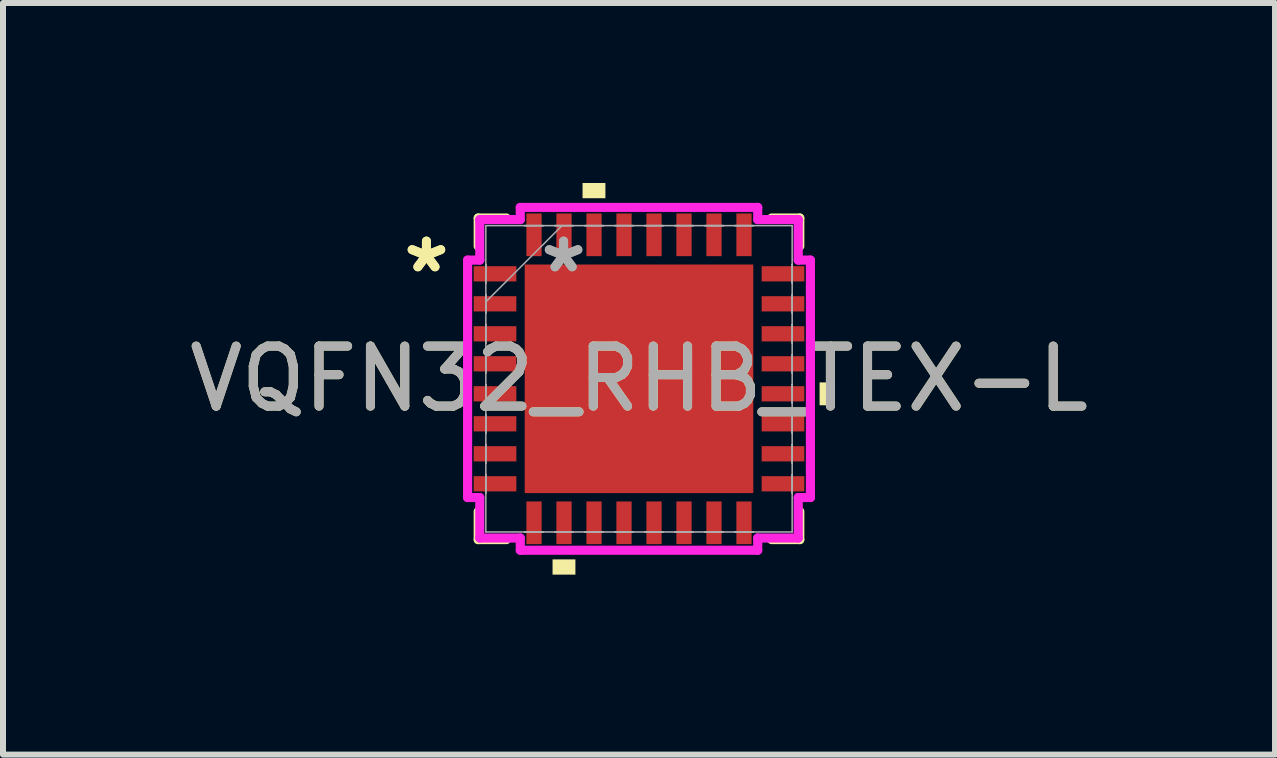
<source format=kicad_pcb>
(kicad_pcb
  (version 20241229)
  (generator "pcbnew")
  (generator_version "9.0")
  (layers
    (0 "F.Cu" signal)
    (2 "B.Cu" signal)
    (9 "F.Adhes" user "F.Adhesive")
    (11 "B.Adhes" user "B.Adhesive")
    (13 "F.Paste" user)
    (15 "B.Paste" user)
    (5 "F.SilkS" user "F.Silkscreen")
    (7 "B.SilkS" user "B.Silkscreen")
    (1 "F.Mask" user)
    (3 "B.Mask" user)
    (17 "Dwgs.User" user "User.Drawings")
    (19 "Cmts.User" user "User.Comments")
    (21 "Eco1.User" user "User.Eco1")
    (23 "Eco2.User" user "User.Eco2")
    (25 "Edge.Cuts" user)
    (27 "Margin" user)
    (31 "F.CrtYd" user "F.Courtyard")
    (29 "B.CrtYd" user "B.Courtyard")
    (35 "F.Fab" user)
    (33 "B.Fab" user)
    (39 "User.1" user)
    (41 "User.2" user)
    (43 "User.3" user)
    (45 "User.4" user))
  (footprint "VQFN32_RHB_TEX-L"
    (layer "F.Cu")
    (at 7.601 3.264)
    (property "Reference" "VQFN32_RHB_TEX-L" (at 0 0 0) (unlocked yes) (layer "F.SilkS") (effects (font (size 1 1) (thickness 0.15))))
    (attr smd)
    (fp_line (start -2.68 -2.68) (end -2.68 -2.21) (stroke (width 0.152) (type solid)) (layer "F.SilkS"))
    (fp_line (start -2.68 2.21) (end -2.68 2.68) (stroke (width 0.152) (type solid)) (layer "F.SilkS"))
    (fp_line (start -2.68 2.68) (end -2.21 2.68) (stroke (width 0.152) (type solid)) (layer "F.SilkS"))
    (fp_line (start -2.21 -2.68) (end -2.68 -2.68) (stroke (width 0.152) (type solid)) (layer "F.SilkS"))
    (fp_line (start 2.21 2.68) (end 2.68 2.68) (stroke (width 0.152) (type solid)) (layer "F.SilkS"))
    (fp_line (start 2.68 -2.68) (end 2.21 -2.68) (stroke (width 0.152) (type solid)) (layer "F.SilkS"))
    (fp_line (start 2.68 -2.21) (end 2.68 -2.68) (stroke (width 0.152) (type solid)) (layer "F.SilkS"))
    (fp_line (start 2.68 2.68) (end 2.68 2.21) (stroke (width 0.152) (type solid)) (layer "F.SilkS"))
    (fp_poly (pts (xy -1.441 3.01) (xy -1.441 3.264) (xy -1.06 3.264) (xy -1.06 3.01)) (stroke (width 0) (type solid)) (fill yes) (layer "F.SilkS"))
    (fp_poly (pts (xy -0.941 -3.01) (xy -0.941 -3.264) (xy -0.56 -3.264) (xy -0.56 -3.01)) (stroke (width 0) (type solid)) (fill yes) (layer "F.SilkS"))
    (fp_poly (pts (xy 3.264 0.06) (xy 3.264 0.441) (xy 3.01 0.441) (xy 3.01 0.06)) (stroke (width 0) (type solid)) (fill yes) (layer "F.SilkS"))
    (fp_line (start -2.857 -1.979) (end -2.654 -1.979) (stroke (width 0.152) (type solid)) (layer "F.CrtYd"))
    (fp_line (start -2.857 1.979) (end -2.857 -1.979) (stroke (width 0.152) (type solid)) (layer "F.CrtYd"))
    (fp_line (start -2.654 -2.654) (end -1.979 -2.654) (stroke (width 0.152) (type solid)) (layer "F.CrtYd"))
    (fp_line (start -2.654 -1.979) (end -2.654 -2.654) (stroke (width 0.152) (type solid)) (layer "F.CrtYd"))
    (fp_line (start -2.654 1.979) (end -2.857 1.979) (stroke (width 0.152) (type solid)) (layer "F.CrtYd"))
    (fp_line (start -2.654 2.654) (end -2.654 1.979) (stroke (width 0.152) (type solid)) (layer "F.CrtYd"))
    (fp_line (start -1.979 -2.857) (end 1.979 -2.857) (stroke (width 0.152) (type solid)) (layer "F.CrtYd"))
    (fp_line (start -1.979 -2.654) (end -1.979 -2.857) (stroke (width 0.152) (type solid)) (layer "F.CrtYd"))
    (fp_line (start -1.979 2.654) (end -2.654 2.654) (stroke (width 0.152) (type solid)) (layer "F.CrtYd"))
    (fp_line (start -1.979 2.857) (end -1.979 2.654) (stroke (width 0.152) (type solid)) (layer "F.CrtYd"))
    (fp_line (start 1.979 -2.857) (end 1.979 -2.654) (stroke (width 0.152) (type solid)) (layer "F.CrtYd"))
    (fp_line (start 1.979 -2.654) (end 2.654 -2.654) (stroke (width 0.152) (type solid)) (layer "F.CrtYd"))
    (fp_line (start 1.979 2.654) (end 1.979 2.857) (stroke (width 0.152) (type solid)) (layer "F.CrtYd"))
    (fp_line (start 1.979 2.857) (end -1.979 2.857) (stroke (width 0.152) (type solid)) (layer "F.CrtYd"))
    (fp_line (start 2.654 -2.654) (end 2.654 -1.979) (stroke (width 0.152) (type solid)) (layer "F.CrtYd"))
    (fp_line (start 2.654 -1.979) (end 2.857 -1.979) (stroke (width 0.152) (type solid)) (layer "F.CrtYd"))
    (fp_line (start 2.654 1.979) (end 2.654 2.654) (stroke (width 0.152) (type solid)) (layer "F.CrtYd"))
    (fp_line (start 2.654 2.654) (end 1.979 2.654) (stroke (width 0.152) (type solid)) (layer "F.CrtYd"))
    (fp_line (start 2.857 -1.979) (end 2.857 1.979) (stroke (width 0.152) (type solid)) (layer "F.CrtYd"))
    (fp_line (start 2.857 1.979) (end 2.654 1.979) (stroke (width 0.152) (type solid)) (layer "F.CrtYd"))
    (fp_line (start -2.553 -2.553) (end -2.553 2.553) (stroke (width 0.025) (type solid)) (layer "F.Fab"))
    (fp_line (start -2.553 -1.903) (end -2.553 -1.903) (stroke (width 0.025) (type solid)) (layer "F.Fab"))
    (fp_line (start -2.553 -1.903) (end -2.553 -1.598) (stroke (width 0.025) (type solid)) (layer "F.Fab"))
    (fp_line (start -2.553 -1.598) (end -2.553 -1.903) (stroke (width 0.025) (type solid)) (layer "F.Fab"))
    (fp_line (start -2.553 -1.598) (end -2.553 -1.598) (stroke (width 0.025) (type solid)) (layer "F.Fab"))
    (fp_line (start -2.553 -1.403) (end -2.553 -1.403) (stroke (width 0.025) (type solid)) (layer "F.Fab"))
    (fp_line (start -2.553 -1.403) (end -2.553 -1.098) (stroke (width 0.025) (type solid)) (layer "F.Fab"))
    (fp_line (start -2.553 -1.283) (end -1.283 -2.553) (stroke (width 0.025) (type solid)) (layer "F.Fab"))
    (fp_line (start -2.553 -1.098) (end -2.553 -1.403) (stroke (width 0.025) (type solid)) (layer "F.Fab"))
    (fp_line (start -2.553 -1.098) (end -2.553 -1.098) (stroke (width 0.025) (type solid)) (layer "F.Fab"))
    (fp_line (start -2.553 -0.903) (end -2.553 -0.903) (stroke (width 0.025) (type solid)) (layer "F.Fab"))
    (fp_line (start -2.553 -0.903) (end -2.553 -0.598) (stroke (width 0.025) (type solid)) (layer "F.Fab"))
    (fp_line (start -2.553 -0.598) (end -2.553 -0.903) (stroke (width 0.025) (type solid)) (layer "F.Fab"))
    (fp_line (start -2.553 -0.598) (end -2.553 -0.598) (stroke (width 0.025) (type solid)) (layer "F.Fab"))
    (fp_line (start -2.553 -0.402) (end -2.553 -0.402) (stroke (width 0.025) (type solid)) (layer "F.Fab"))
    (fp_line (start -2.553 -0.402) (end -2.553 -0.098) (stroke (width 0.025) (type solid)) (layer "F.Fab"))
    (fp_line (start -2.553 -0.098) (end -2.553 -0.402) (stroke (width 0.025) (type solid)) (layer "F.Fab"))
    (fp_line (start -2.553 -0.098) (end -2.553 -0.098) (stroke (width 0.025) (type solid)) (layer "F.Fab"))
    (fp_line (start -2.553 0.098) (end -2.553 0.098) (stroke (width 0.025) (type solid)) (layer "F.Fab"))
    (fp_line (start -2.553 0.098) (end -2.553 0.402) (stroke (width 0.025) (type solid)) (layer "F.Fab"))
    (fp_line (start -2.553 0.402) (end -2.553 0.098) (stroke (width 0.025) (type solid)) (layer "F.Fab"))
    (fp_line (start -2.553 0.402) (end -2.553 0.402) (stroke (width 0.025) (type solid)) (layer "F.Fab"))
    (fp_line (start -2.553 0.598) (end -2.553 0.598) (stroke (width 0.025) (type solid)) (layer "F.Fab"))
    (fp_line (start -2.553 0.598) (end -2.553 0.903) (stroke (width 0.025) (type solid)) (layer "F.Fab"))
    (fp_line (start -2.553 0.903) (end -2.553 0.598) (stroke (width 0.025) (type solid)) (layer "F.Fab"))
    (fp_line (start -2.553 0.903) (end -2.553 0.903) (stroke (width 0.025) (type solid)) (layer "F.Fab"))
    (fp_line (start -2.553 1.098) (end -2.553 1.098) (stroke (width 0.025) (type solid)) (layer "F.Fab"))
    (fp_line (start -2.553 1.098) (end -2.553 1.403) (stroke (width 0.025) (type solid)) (layer "F.Fab"))
    (fp_line (start -2.553 1.403) (end -2.553 1.098) (stroke (width 0.025) (type solid)) (layer "F.Fab"))
    (fp_line (start -2.553 1.403) (end -2.553 1.403) (stroke (width 0.025) (type solid)) (layer "F.Fab"))
    (fp_line (start -2.553 1.598) (end -2.553 1.598) (stroke (width 0.025) (type solid)) (layer "F.Fab"))
    (fp_line (start -2.553 1.598) (end -2.553 1.903) (stroke (width 0.025) (type solid)) (layer "F.Fab"))
    (fp_line (start -2.553 1.903) (end -2.553 1.598) (stroke (width 0.025) (type solid)) (layer "F.Fab"))
    (fp_line (start -2.553 1.903) (end -2.553 1.903) (stroke (width 0.025) (type solid)) (layer "F.Fab"))
    (fp_line (start -2.553 2.553) (end 2.553 2.553) (stroke (width 0.025) (type solid)) (layer "F.Fab"))
    (fp_line (start -1.903 -2.553) (end -1.903 -2.553) (stroke (width 0.025) (type solid)) (layer "F.Fab"))
    (fp_line (start -1.903 -2.553) (end -1.598 -2.553) (stroke (width 0.025) (type solid)) (layer "F.Fab"))
    (fp_line (start -1.903 2.553) (end -1.903 2.553) (stroke (width 0.025) (type solid)) (layer "F.Fab"))
    (fp_line (start -1.903 2.553) (end -1.598 2.553) (stroke (width 0.025) (type solid)) (layer "F.Fab"))
    (fp_line (start -1.598 -2.553) (end -1.903 -2.553) (stroke (width 0.025) (type solid)) (layer "F.Fab"))
    (fp_line (start -1.598 -2.553) (end -1.598 -2.553) (stroke (width 0.025) (type solid)) (layer "F.Fab"))
    (fp_line (start -1.598 2.553) (end -1.903 2.553) (stroke (width 0.025) (type solid)) (layer "F.Fab"))
    (fp_line (start -1.598 2.553) (end -1.598 2.553) (stroke (width 0.025) (type solid)) (layer "F.Fab"))
    (fp_line (start -1.403 -2.553) (end -1.403 -2.553) (stroke (width 0.025) (type solid)) (layer "F.Fab"))
    (fp_line (start -1.403 -2.553) (end -1.098 -2.553) (stroke (width 0.025) (type solid)) (layer "F.Fab"))
    (fp_line (start -1.403 2.553) (end -1.403 2.553) (stroke (width 0.025) (type solid)) (layer "F.Fab"))
    (fp_line (start -1.403 2.553) (end -1.098 2.553) (stroke (width 0.025) (type solid)) (layer "F.Fab"))
    (fp_line (start -1.098 -2.553) (end -1.403 -2.553) (stroke (width 0.025) (type solid)) (layer "F.Fab"))
    (fp_line (start -1.098 -2.553) (end -1.098 -2.553) (stroke (width 0.025) (type solid)) (layer "F.Fab"))
    (fp_line (start -1.098 2.553) (end -1.403 2.553) (stroke (width 0.025) (type solid)) (layer "F.Fab"))
    (fp_line (start -1.098 2.553) (end -1.098 2.553) (stroke (width 0.025) (type solid)) (layer "F.Fab"))
    (fp_line (start -0.903 -2.553) (end -0.903 -2.553) (stroke (width 0.025) (type solid)) (layer "F.Fab"))
    (fp_line (start -0.903 -2.553) (end -0.598 -2.553) (stroke (width 0.025) (type solid)) (layer "F.Fab"))
    (fp_line (start -0.903 2.553) (end -0.903 2.553) (stroke (width 0.025) (type solid)) (layer "F.Fab"))
    (fp_line (start -0.903 2.553) (end -0.598 2.553) (stroke (width 0.025) (type solid)) (layer "F.Fab"))
    (fp_line (start -0.598 -2.553) (end -0.903 -2.553) (stroke (width 0.025) (type solid)) (layer "F.Fab"))
    (fp_line (start -0.598 -2.553) (end -0.598 -2.553) (stroke (width 0.025) (type solid)) (layer "F.Fab"))
    (fp_line (start -0.598 2.553) (end -0.903 2.553) (stroke (width 0.025) (type solid)) (layer "F.Fab"))
    (fp_line (start -0.598 2.553) (end -0.598 2.553) (stroke (width 0.025) (type solid)) (layer "F.Fab"))
    (fp_line (start -0.402 -2.553) (end -0.402 -2.553) (stroke (width 0.025) (type solid)) (layer "F.Fab"))
    (fp_line (start -0.402 -2.553) (end -0.098 -2.553) (stroke (width 0.025) (type solid)) (layer "F.Fab"))
    (fp_line (start -0.402 2.553) (end -0.402 2.553) (stroke (width 0.025) (type solid)) (layer "F.Fab"))
    (fp_line (start -0.402 2.553) (end -0.098 2.553) (stroke (width 0.025) (type solid)) (layer "F.Fab"))
    (fp_line (start -0.098 -2.553) (end -0.402 -2.553) (stroke (width 0.025) (type solid)) (layer "F.Fab"))
    (fp_line (start -0.098 -2.553) (end -0.098 -2.553) (stroke (width 0.025) (type solid)) (layer "F.Fab"))
    (fp_line (start -0.098 2.553) (end -0.402 2.553) (stroke (width 0.025) (type solid)) (layer "F.Fab"))
    (fp_line (start -0.098 2.553) (end -0.098 2.553) (stroke (width 0.025) (type solid)) (layer "F.Fab"))
    (fp_line (start 0.098 -2.553) (end 0.098 -2.553) (stroke (width 0.025) (type solid)) (layer "F.Fab"))
    (fp_line (start 0.098 -2.553) (end 0.402 -2.553) (stroke (width 0.025) (type solid)) (layer "F.Fab"))
    (fp_line (start 0.098 2.553) (end 0.098 2.553) (stroke (width 0.025) (type solid)) (layer "F.Fab"))
    (fp_line (start 0.098 2.553) (end 0.402 2.553) (stroke (width 0.025) (type solid)) (layer "F.Fab"))
    (fp_line (start 0.402 -2.553) (end 0.098 -2.553) (stroke (width 0.025) (type solid)) (layer "F.Fab"))
    (fp_line (start 0.402 -2.553) (end 0.402 -2.553) (stroke (width 0.025) (type solid)) (layer "F.Fab"))
    (fp_line (start 0.402 2.553) (end 0.098 2.553) (stroke (width 0.025) (type solid)) (layer "F.Fab"))
    (fp_line (start 0.402 2.553) (end 0.402 2.553) (stroke (width 0.025) (type solid)) (layer "F.Fab"))
    (fp_line (start 0.598 -2.553) (end 0.598 -2.553) (stroke (width 0.025) (type solid)) (layer "F.Fab"))
    (fp_line (start 0.598 -2.553) (end 0.903 -2.553) (stroke (width 0.025) (type solid)) (layer "F.Fab"))
    (fp_line (start 0.598 2.553) (end 0.598 2.553) (stroke (width 0.025) (type solid)) (layer "F.Fab"))
    (fp_line (start 0.598 2.553) (end 0.903 2.553) (stroke (width 0.025) (type solid)) (layer "F.Fab"))
    (fp_line (start 0.903 -2.553) (end 0.598 -2.553) (stroke (width 0.025) (type solid)) (layer "F.Fab"))
    (fp_line (start 0.903 -2.553) (end 0.903 -2.553) (stroke (width 0.025) (type solid)) (layer "F.Fab"))
    (fp_line (start 0.903 2.553) (end 0.598 2.553) (stroke (width 0.025) (type solid)) (layer "F.Fab"))
    (fp_line (start 0.903 2.553) (end 0.903 2.553) (stroke (width 0.025) (type solid)) (layer "F.Fab"))
    (fp_line (start 1.098 -2.553) (end 1.098 -2.553) (stroke (width 0.025) (type solid)) (layer "F.Fab"))
    (fp_line (start 1.098 -2.553) (end 1.403 -2.553) (stroke (width 0.025) (type solid)) (layer "F.Fab"))
    (fp_line (start 1.098 2.553) (end 1.098 2.553) (stroke (width 0.025) (type solid)) (layer "F.Fab"))
    (fp_line (start 1.098 2.553) (end 1.403 2.553) (stroke (width 0.025) (type solid)) (layer "F.Fab"))
    (fp_line (start 1.403 -2.553) (end 1.098 -2.553) (stroke (width 0.025) (type solid)) (layer "F.Fab"))
    (fp_line (start 1.403 -2.553) (end 1.403 -2.553) (stroke (width 0.025) (type solid)) (layer "F.Fab"))
    (fp_line (start 1.403 2.553) (end 1.098 2.553) (stroke (width 0.025) (type solid)) (layer "F.Fab"))
    (fp_line (start 1.403 2.553) (end 1.403 2.553) (stroke (width 0.025) (type solid)) (layer "F.Fab"))
    (fp_line (start 1.598 -2.553) (end 1.598 -2.553) (stroke (width 0.025) (type solid)) (layer "F.Fab"))
    (fp_line (start 1.598 -2.553) (end 1.903 -2.553) (stroke (width 0.025) (type solid)) (layer "F.Fab"))
    (fp_line (start 1.598 2.553) (end 1.598 2.553) (stroke (width 0.025) (type solid)) (layer "F.Fab"))
    (fp_line (start 1.598 2.553) (end 1.903 2.553) (stroke (width 0.025) (type solid)) (layer "F.Fab"))
    (fp_line (start 1.903 -2.553) (end 1.598 -2.553) (stroke (width 0.025) (type solid)) (layer "F.Fab"))
    (fp_line (start 1.903 -2.553) (end 1.903 -2.553) (stroke (width 0.025) (type solid)) (layer "F.Fab"))
    (fp_line (start 1.903 2.553) (end 1.598 2.553) (stroke (width 0.025) (type solid)) (layer "F.Fab"))
    (fp_line (start 1.903 2.553) (end 1.903 2.553) (stroke (width 0.025) (type solid)) (layer "F.Fab"))
    (fp_line (start 2.553 -2.553) (end -2.553 -2.553) (stroke (width 0.025) (type solid)) (layer "F.Fab"))
    (fp_line (start 2.553 -1.903) (end 2.553 -1.903) (stroke (width 0.025) (type solid)) (layer "F.Fab"))
    (fp_line (start 2.553 -1.903) (end 2.553 -1.598) (stroke (width 0.025) (type solid)) (layer "F.Fab"))
    (fp_line (start 2.553 -1.598) (end 2.553 -1.903) (stroke (width 0.025) (type solid)) (layer "F.Fab"))
    (fp_line (start 2.553 -1.598) (end 2.553 -1.598) (stroke (width 0.025) (type solid)) (layer "F.Fab"))
    (fp_line (start 2.553 -1.403) (end 2.553 -1.403) (stroke (width 0.025) (type solid)) (layer "F.Fab"))
    (fp_line (start 2.553 -1.403) (end 2.553 -1.098) (stroke (width 0.025) (type solid)) (layer "F.Fab"))
    (fp_line (start 2.553 -1.098) (end 2.553 -1.403) (stroke (width 0.025) (type solid)) (layer "F.Fab"))
    (fp_line (start 2.553 -1.098) (end 2.553 -1.098) (stroke (width 0.025) (type solid)) (layer "F.Fab"))
    (fp_line (start 2.553 -0.903) (end 2.553 -0.903) (stroke (width 0.025) (type solid)) (layer "F.Fab"))
    (fp_line (start 2.553 -0.903) (end 2.553 -0.598) (stroke (width 0.025) (type solid)) (layer "F.Fab"))
    (fp_line (start 2.553 -0.598) (end 2.553 -0.903) (stroke (width 0.025) (type solid)) (layer "F.Fab"))
    (fp_line (start 2.553 -0.598) (end 2.553 -0.598) (stroke (width 0.025) (type solid)) (layer "F.Fab"))
    (fp_line (start 2.553 -0.402) (end 2.553 -0.402) (stroke (width 0.025) (type solid)) (layer "F.Fab"))
    (fp_line (start 2.553 -0.402) (end 2.553 -0.098) (stroke (width 0.025) (type solid)) (layer "F.Fab"))
    (fp_line (start 2.553 -0.098) (end 2.553 -0.402) (stroke (width 0.025) (type solid)) (layer "F.Fab"))
    (fp_line (start 2.553 -0.098) (end 2.553 -0.098) (stroke (width 0.025) (type solid)) (layer "F.Fab"))
    (fp_line (start 2.553 0.098) (end 2.553 0.098) (stroke (width 0.025) (type solid)) (layer "F.Fab"))
    (fp_line (start 2.553 0.098) (end 2.553 0.402) (stroke (width 0.025) (type solid)) (layer "F.Fab"))
    (fp_line (start 2.553 0.402) (end 2.553 0.098) (stroke (width 0.025) (type solid)) (layer "F.Fab"))
    (fp_line (start 2.553 0.402) (end 2.553 0.402) (stroke (width 0.025) (type solid)) (layer "F.Fab"))
    (fp_line (start 2.553 0.598) (end 2.553 0.598) (stroke (width 0.025) (type solid)) (layer "F.Fab"))
    (fp_line (start 2.553 0.598) (end 2.553 0.903) (stroke (width 0.025) (type solid)) (layer "F.Fab"))
    (fp_line (start 2.553 0.903) (end 2.553 0.598) (stroke (width 0.025) (type solid)) (layer "F.Fab"))
    (fp_line (start 2.553 0.903) (end 2.553 0.903) (stroke (width 0.025) (type solid)) (layer "F.Fab"))
    (fp_line (start 2.553 1.098) (end 2.553 1.098) (stroke (width 0.025) (type solid)) (layer "F.Fab"))
    (fp_line (start 2.553 1.098) (end 2.553 1.403) (stroke (width 0.025) (type solid)) (layer "F.Fab"))
    (fp_line (start 2.553 1.403) (end 2.553 1.098) (stroke (width 0.025) (type solid)) (layer "F.Fab"))
    (fp_line (start 2.553 1.403) (end 2.553 1.403) (stroke (width 0.025) (type solid)) (layer "F.Fab"))
    (fp_line (start 2.553 1.598) (end 2.553 1.598) (stroke (width 0.025) (type solid)) (layer "F.Fab"))
    (fp_line (start 2.553 1.598) (end 2.553 1.903) (stroke (width 0.025) (type solid)) (layer "F.Fab"))
    (fp_line (start 2.553 1.903) (end 2.553 1.598) (stroke (width 0.025) (type solid)) (layer "F.Fab"))
    (fp_line (start 2.553 1.903) (end 2.553 1.903) (stroke (width 0.025) (type solid)) (layer "F.Fab"))
    (fp_line (start 2.553 2.553) (end 2.553 -2.553) (stroke (width 0.025) (type solid)) (layer "F.Fab"))
    (fp_text user "*" (at -3.543 -1.75 0) (layer "F.SilkS") (effects (font (size 1 1) (thickness 0.15))))
    (fp_text user "*" (at -3.543 -1.75 0) (unlocked yes) (layer "F.SilkS") (effects (font (size 1 1) (thickness 0.15))))
    (fp_text user "*" (at -1.257 -1.75 0) (unlocked yes) (layer "F.Fab") (effects (font (size 1 1) (thickness 0.15))))
    (fp_text user "*" (at -1.257 -1.75 0) (layer "F.Fab") (effects (font (size 1 1) (thickness 0.15))))
    (fp_text user "${REFERENCE}" (at 0 0 0) (unlocked yes) (layer "F.Fab") (effects (font (size 1 1) (thickness 0.15))))
    (pad "1" smd rect (at -2.4 -1.75 90) (size 0.254 0.711) (layers "F.Cu" "F.Mask" "F.Paste"))
    (pad "2" smd rect (at -2.4 -1.25 90) (size 0.254 0.711) (layers "F.Cu" "F.Mask" "F.Paste"))
    (pad "3" smd rect (at -2.4 -0.75 90) (size 0.254 0.711) (layers "F.Cu" "F.Mask" "F.Paste"))
    (pad "4" smd rect (at -2.4 -0.25 90) (size 0.254 0.711) (layers "F.Cu" "F.Mask" "F.Paste"))
    (pad "5" smd rect (at -2.4 0.25 90) (size 0.254 0.711) (layers "F.Cu" "F.Mask" "F.Paste"))
    (pad "6" smd rect (at -2.4 0.75 90) (size 0.254 0.711) (layers "F.Cu" "F.Mask" "F.Paste"))
    (pad "7" smd rect (at -2.4 1.25 90) (size 0.254 0.711) (layers "F.Cu" "F.Mask" "F.Paste"))
    (pad "8" smd rect (at -2.4 1.75 90) (size 0.254 0.711) (layers "F.Cu" "F.Mask" "F.Paste"))
    (pad "9" smd rect (at -1.75 2.4) (size 0.254 0.711) (layers "F.Cu" "F.Mask" "F.Paste"))
    (pad "10" smd rect (at -1.25 2.4) (size 0.254 0.711) (layers "F.Cu" "F.Mask" "F.Paste"))
    (pad "11" smd rect (at -0.75 2.4) (size 0.254 0.711) (layers "F.Cu" "F.Mask" "F.Paste"))
    (pad "12" smd rect (at -0.25 2.4) (size 0.254 0.711) (layers "F.Cu" "F.Mask" "F.Paste"))
    (pad "13" smd rect (at 0.25 2.4) (size 0.254 0.711) (layers "F.Cu" "F.Mask" "F.Paste"))
    (pad "14" smd rect (at 0.75 2.4) (size 0.254 0.711) (layers "F.Cu" "F.Mask" "F.Paste"))
    (pad "15" smd rect (at 1.25 2.4) (size 0.254 0.711) (layers "F.Cu" "F.Mask" "F.Paste"))
    (pad "16" smd rect (at 1.75 2.4) (size 0.254 0.711) (layers "F.Cu" "F.Mask" "F.Paste"))
    (pad "17" smd rect (at 2.4 1.75 90) (size 0.254 0.711) (layers "F.Cu" "F.Mask" "F.Paste"))
    (pad "18" smd rect (at 2.4 1.25 90) (size 0.254 0.711) (layers "F.Cu" "F.Mask" "F.Paste"))
    (pad "19" smd rect (at 2.4 0.75 90) (size 0.254 0.711) (layers "F.Cu" "F.Mask" "F.Paste"))
    (pad "20" smd rect (at 2.4 0.25 90) (size 0.254 0.711) (layers "F.Cu" "F.Mask" "F.Paste"))
    (pad "21" smd rect (at 2.4 -0.25 90) (size 0.254 0.711) (layers "F.Cu" "F.Mask" "F.Paste"))
    (pad "22" smd rect (at 2.4 -0.75 90) (size 0.254 0.711) (layers "F.Cu" "F.Mask" "F.Paste"))
    (pad "23" smd rect (at 2.4 -1.25 90) (size 0.254 0.711) (layers "F.Cu" "F.Mask" "F.Paste"))
    (pad "24" smd rect (at 2.4 -1.75 90) (size 0.254 0.711) (layers "F.Cu" "F.Mask" "F.Paste"))
    (pad "25" smd rect (at 1.75 -2.4) (size 0.254 0.711) (layers "F.Cu" "F.Mask" "F.Paste"))
    (pad "26" smd rect (at 1.25 -2.4) (size 0.254 0.711) (layers "F.Cu" "F.Mask" "F.Paste"))
    (pad "27" smd rect (at 0.75 -2.4) (size 0.254 0.711) (layers "F.Cu" "F.Mask" "F.Paste"))
    (pad "28" smd rect (at 0.25 -2.4) (size 0.254 0.711) (layers "F.Cu" "F.Mask" "F.Paste"))
    (pad "29" smd rect (at -0.25 -2.4) (size 0.254 0.711) (layers "F.Cu" "F.Mask" "F.Paste"))
    (pad "30" smd rect (at -0.75 -2.4) (size 0.254 0.711) (layers "F.Cu" "F.Mask" "F.Paste"))
    (pad "31" smd rect (at -1.25 -2.4) (size 0.254 0.711) (layers "F.Cu" "F.Mask" "F.Paste"))
    (pad "32" smd rect (at -1.75 -2.4) (size 0.254 0.711) (layers "F.Cu" "F.Mask" "F.Paste"))
    (pad "33" smd rect (at 0 0) (size 3.81 3.81) (layers "F.Cu" "F.Mask" "F.Paste")))
  (gr_rect
    (start -3 -3)
    (end 18.202 9.528)
    (stroke (width 0.1) (type default))
    (fill no)
    (layer "Edge.Cuts")))
</source>
